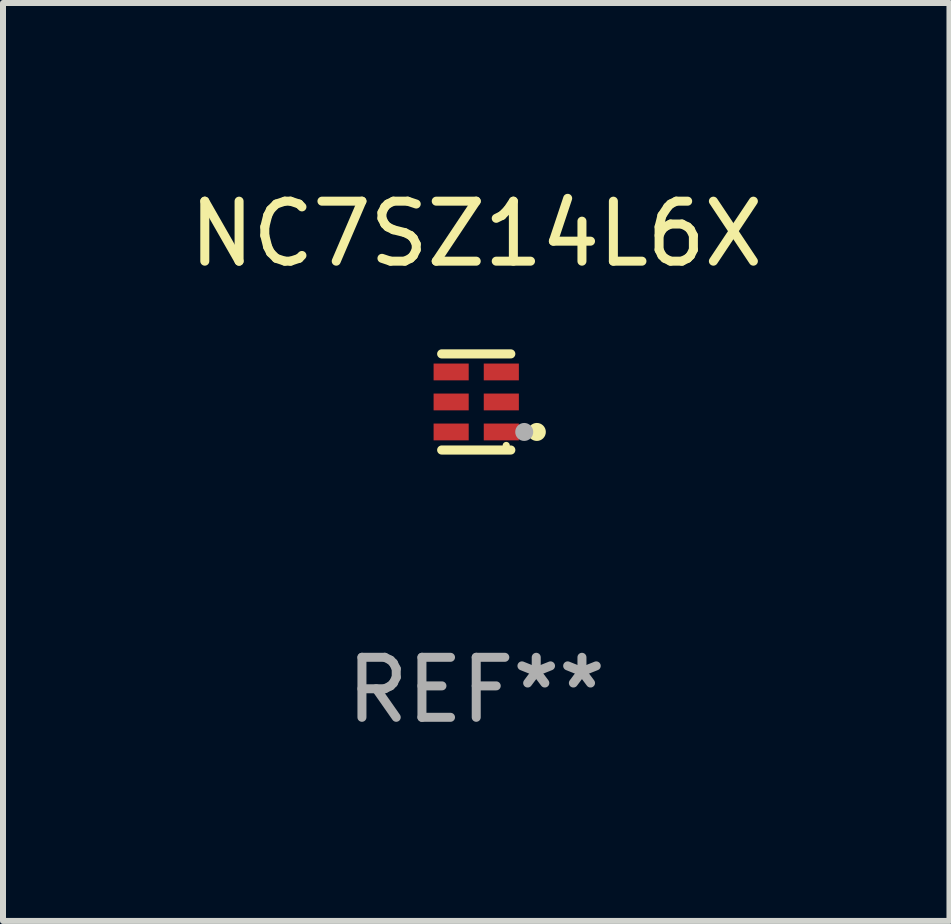
<source format=kicad_pcb>
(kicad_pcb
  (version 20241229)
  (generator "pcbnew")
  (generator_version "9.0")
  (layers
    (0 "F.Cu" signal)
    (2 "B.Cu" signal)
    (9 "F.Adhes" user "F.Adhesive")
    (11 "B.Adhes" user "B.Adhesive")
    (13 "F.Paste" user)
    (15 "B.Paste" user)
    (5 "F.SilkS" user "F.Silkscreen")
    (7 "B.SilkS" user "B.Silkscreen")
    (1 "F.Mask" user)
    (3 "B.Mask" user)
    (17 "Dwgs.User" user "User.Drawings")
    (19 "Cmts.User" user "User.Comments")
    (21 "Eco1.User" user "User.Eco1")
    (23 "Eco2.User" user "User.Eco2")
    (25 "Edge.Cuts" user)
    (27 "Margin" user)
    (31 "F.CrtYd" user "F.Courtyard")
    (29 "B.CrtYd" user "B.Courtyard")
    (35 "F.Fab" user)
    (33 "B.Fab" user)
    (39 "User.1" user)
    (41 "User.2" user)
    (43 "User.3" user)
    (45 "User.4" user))
  (footprint "NC7SZ14L6X"
    (layer "F.Cu")
    (at 4.887 3.649)
    (property "Reference" "NC7SZ14L6X" (at 0 -2.801 0) (layer "F.SilkS") (effects (font (size 1 1) (thickness 0.15))))
    (attr through_hole)
    (fp_line (start 0.576 -0.801) (end -0.576 -0.801) (stroke (width 0.152) (type solid)) (layer "F.SilkS"))
    (fp_line (start 0.576 0.801) (end -0.576 0.801) (stroke (width 0.152) (type solid)) (layer "F.SilkS"))
    (fp_circle (center 0.5 0.725) (end 0.53 0.725) (stroke (width 0.06) (type solid)) (fill no) (layer "F.SilkS"))
    (fp_circle (center 1.01 0.5) (end 1.085 0.5) (stroke (width 0.15) (type solid)) (fill no) (layer "F.SilkS"))
    (fp_circle (center 0.8 0.5) (end 0.875 0.5) (stroke (width 0.15) (type solid)) (fill no) (layer "F.Fab"))
    (fp_text user "REF**" (at 0 4.801 0) (layer "F.Fab") (effects (font (size 1 1) (thickness 0.15))))
    (pad "1" smd rect (at 0.418 0.5 90) (size 0.28 0.585) (layers "F.Cu" "F.Mask" "F.Paste"))
    (pad "2" smd rect (at 0.418 0 90) (size 0.28 0.585) (layers "F.Cu" "F.Mask" "F.Paste"))
    (pad "3" smd rect (at 0.418 -0.5 90) (size 0.28 0.585) (layers "F.Cu" "F.Mask" "F.Paste"))
    (pad "4" smd rect (at -0.418 -0.5 90) (size 0.28 0.585) (layers "F.Cu" "F.Mask" "F.Paste"))
    (pad "5" smd rect (at -0.418 0 90) (size 0.28 0.585) (layers "F.Cu" "F.Mask" "F.Paste"))
    (pad "6" smd rect (at -0.418 0.5 90) (size 0.28 0.585) (layers "F.Cu" "F.Mask" "F.Paste")))
  (gr_rect
    (start -3 -3)
    (end 12.774 12.299)
    (stroke (width 0.1) (type default))
    (fill no)
    (layer "Edge.Cuts")))
</source>
